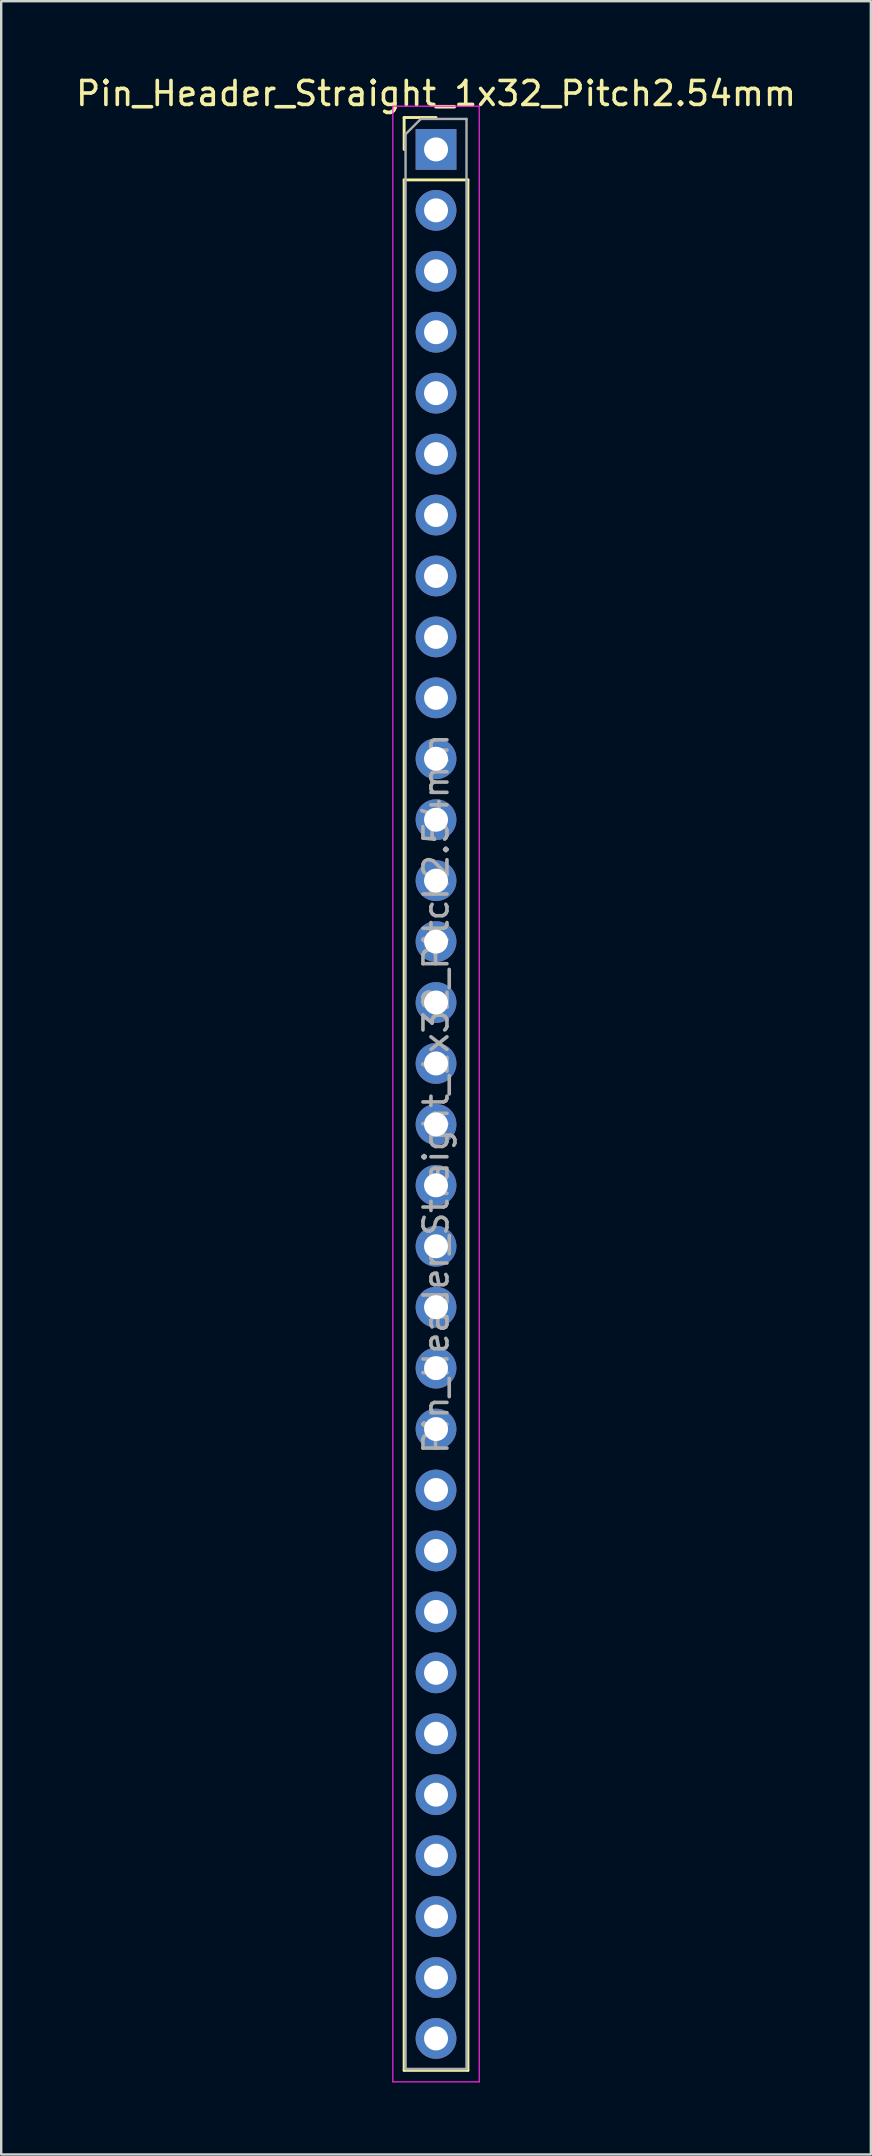
<source format=kicad_pcb>
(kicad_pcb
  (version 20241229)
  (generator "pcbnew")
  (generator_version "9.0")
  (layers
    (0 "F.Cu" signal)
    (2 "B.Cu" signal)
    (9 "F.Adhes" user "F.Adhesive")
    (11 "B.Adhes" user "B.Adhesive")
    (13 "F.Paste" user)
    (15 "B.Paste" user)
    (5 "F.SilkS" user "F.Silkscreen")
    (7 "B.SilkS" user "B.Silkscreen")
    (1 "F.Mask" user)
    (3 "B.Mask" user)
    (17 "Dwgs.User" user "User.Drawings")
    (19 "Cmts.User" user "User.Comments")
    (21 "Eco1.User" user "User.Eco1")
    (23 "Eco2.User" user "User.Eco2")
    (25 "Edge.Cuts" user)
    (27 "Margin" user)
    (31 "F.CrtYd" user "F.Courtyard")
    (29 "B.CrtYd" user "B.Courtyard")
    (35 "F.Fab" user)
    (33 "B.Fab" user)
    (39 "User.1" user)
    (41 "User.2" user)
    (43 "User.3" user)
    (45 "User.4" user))
  (footprint "Pin_Header_Straight_1x32_Pitch2.54mm"
    (layer "F.Cu")
    (at 15.125 3.178)
    (property "Reference" "Pin_Header_Straight_1x32_Pitch2.54mm" (at 0 -2.33 0) (layer "F.SilkS") (effects (font (size 1 1) (thickness 0.15))))
    (attr through_hole)
    (fp_line (start -1.33 -1.33) (end 0 -1.33) (stroke (width 0.12) (type solid)) (layer "F.SilkS"))
    (fp_line (start -1.33 0) (end -1.33 -1.33) (stroke (width 0.12) (type solid)) (layer "F.SilkS"))
    (fp_line (start -1.33 1.27) (end -1.33 80.07) (stroke (width 0.12) (type solid)) (layer "F.SilkS"))
    (fp_line (start -1.33 1.27) (end 1.33 1.27) (stroke (width 0.12) (type solid)) (layer "F.SilkS"))
    (fp_line (start -1.33 80.07) (end 1.33 80.07) (stroke (width 0.12) (type solid)) (layer "F.SilkS"))
    (fp_line (start 1.33 1.27) (end 1.33 80.07) (stroke (width 0.12) (type solid)) (layer "F.SilkS"))
    (fp_line (start -1.8 -1.8) (end -1.8 80.55) (stroke (width 0.05) (type solid)) (layer "F.CrtYd"))
    (fp_line (start -1.8 80.55) (end 1.8 80.55) (stroke (width 0.05) (type solid)) (layer "F.CrtYd"))
    (fp_line (start 1.8 -1.8) (end -1.8 -1.8) (stroke (width 0.05) (type solid)) (layer "F.CrtYd"))
    (fp_line (start 1.8 80.55) (end 1.8 -1.8) (stroke (width 0.05) (type solid)) (layer "F.CrtYd"))
    (fp_line (start -1.27 -0.635) (end -0.635 -1.27) (stroke (width 0.1) (type solid)) (layer "F.Fab"))
    (fp_line (start -1.27 80.01) (end -1.27 -0.635) (stroke (width 0.1) (type solid)) (layer "F.Fab"))
    (fp_line (start -0.635 -1.27) (end 1.27 -1.27) (stroke (width 0.1) (type solid)) (layer "F.Fab"))
    (fp_line (start 1.27 -1.27) (end 1.27 80.01) (stroke (width 0.1) (type solid)) (layer "F.Fab"))
    (fp_line (start 1.27 80.01) (end -1.27 80.01) (stroke (width 0.1) (type solid)) (layer "F.Fab"))
    (fp_text user "${REFERENCE}" (at 0 39.37 90) (layer "F.Fab") (effects (font (size 1 1) (thickness 0.15))))
    (pad "1" thru_hole rect (at 0 0) (size 1.7 1.7) (drill 1) (layers "*.Cu" "*.Mask"))
    (pad "2" thru_hole oval (at 0 2.54) (size 1.7 1.7) (drill 1) (layers "*.Cu" "*.Mask"))
    (pad "3" thru_hole oval (at 0 5.08) (size 1.7 1.7) (drill 1) (layers "*.Cu" "*.Mask"))
    (pad "4" thru_hole oval (at 0 7.62) (size 1.7 1.7) (drill 1) (layers "*.Cu" "*.Mask"))
    (pad "5" thru_hole oval (at 0 10.16) (size 1.7 1.7) (drill 1) (layers "*.Cu" "*.Mask"))
    (pad "6" thru_hole oval (at 0 12.7) (size 1.7 1.7) (drill 1) (layers "*.Cu" "*.Mask"))
    (pad "7" thru_hole oval (at 0 15.24) (size 1.7 1.7) (drill 1) (layers "*.Cu" "*.Mask"))
    (pad "8" thru_hole oval (at 0 17.78) (size 1.7 1.7) (drill 1) (layers "*.Cu" "*.Mask"))
    (pad "9" thru_hole oval (at 0 20.32) (size 1.7 1.7) (drill 1) (layers "*.Cu" "*.Mask"))
    (pad "10" thru_hole oval (at 0 22.86) (size 1.7 1.7) (drill 1) (layers "*.Cu" "*.Mask"))
    (pad "11" thru_hole oval (at 0 25.4) (size 1.7 1.7) (drill 1) (layers "*.Cu" "*.Mask"))
    (pad "12" thru_hole oval (at 0 27.94) (size 1.7 1.7) (drill 1) (layers "*.Cu" "*.Mask"))
    (pad "13" thru_hole oval (at 0 30.48) (size 1.7 1.7) (drill 1) (layers "*.Cu" "*.Mask"))
    (pad "14" thru_hole oval (at 0 33.02) (size 1.7 1.7) (drill 1) (layers "*.Cu" "*.Mask"))
    (pad "15" thru_hole oval (at 0 35.56) (size 1.7 1.7) (drill 1) (layers "*.Cu" "*.Mask"))
    (pad "16" thru_hole oval (at 0 38.1) (size 1.7 1.7) (drill 1) (layers "*.Cu" "*.Mask"))
    (pad "17" thru_hole oval (at 0 40.64) (size 1.7 1.7) (drill 1) (layers "*.Cu" "*.Mask"))
    (pad "18" thru_hole oval (at 0 43.18) (size 1.7 1.7) (drill 1) (layers "*.Cu" "*.Mask"))
    (pad "19" thru_hole oval (at 0 45.72) (size 1.7 1.7) (drill 1) (layers "*.Cu" "*.Mask"))
    (pad "20" thru_hole oval (at 0 48.26) (size 1.7 1.7) (drill 1) (layers "*.Cu" "*.Mask"))
    (pad "21" thru_hole oval (at 0 50.8) (size 1.7 1.7) (drill 1) (layers "*.Cu" "*.Mask"))
    (pad "22" thru_hole oval (at 0 53.34) (size 1.7 1.7) (drill 1) (layers "*.Cu" "*.Mask"))
    (pad "23" thru_hole oval (at 0 55.88) (size 1.7 1.7) (drill 1) (layers "*.Cu" "*.Mask"))
    (pad "24" thru_hole oval (at 0 58.42) (size 1.7 1.7) (drill 1) (layers "*.Cu" "*.Mask"))
    (pad "25" thru_hole oval (at 0 60.96) (size 1.7 1.7) (drill 1) (layers "*.Cu" "*.Mask"))
    (pad "26" thru_hole oval (at 0 63.5) (size 1.7 1.7) (drill 1) (layers "*.Cu" "*.Mask"))
    (pad "27" thru_hole oval (at 0 66.04) (size 1.7 1.7) (drill 1) (layers "*.Cu" "*.Mask"))
    (pad "28" thru_hole oval (at 0 68.58) (size 1.7 1.7) (drill 1) (layers "*.Cu" "*.Mask"))
    (pad "29" thru_hole oval (at 0 71.12) (size 1.7 1.7) (drill 1) (layers "*.Cu" "*.Mask"))
    (pad "30" thru_hole oval (at 0 73.66) (size 1.7 1.7) (drill 1) (layers "*.Cu" "*.Mask"))
    (pad "31" thru_hole oval (at 0 76.2) (size 1.7 1.7) (drill 1) (layers "*.Cu" "*.Mask"))
    (pad "32" thru_hole oval (at 0 78.74) (size 1.7 1.7) (drill 1) (layers "*.Cu" "*.Mask")))
  (gr_rect
    (start -3 -3)
    (end 33.25 86.753)
    (stroke (width 0.1) (type default))
    (fill no)
    (layer "Edge.Cuts")))
</source>
